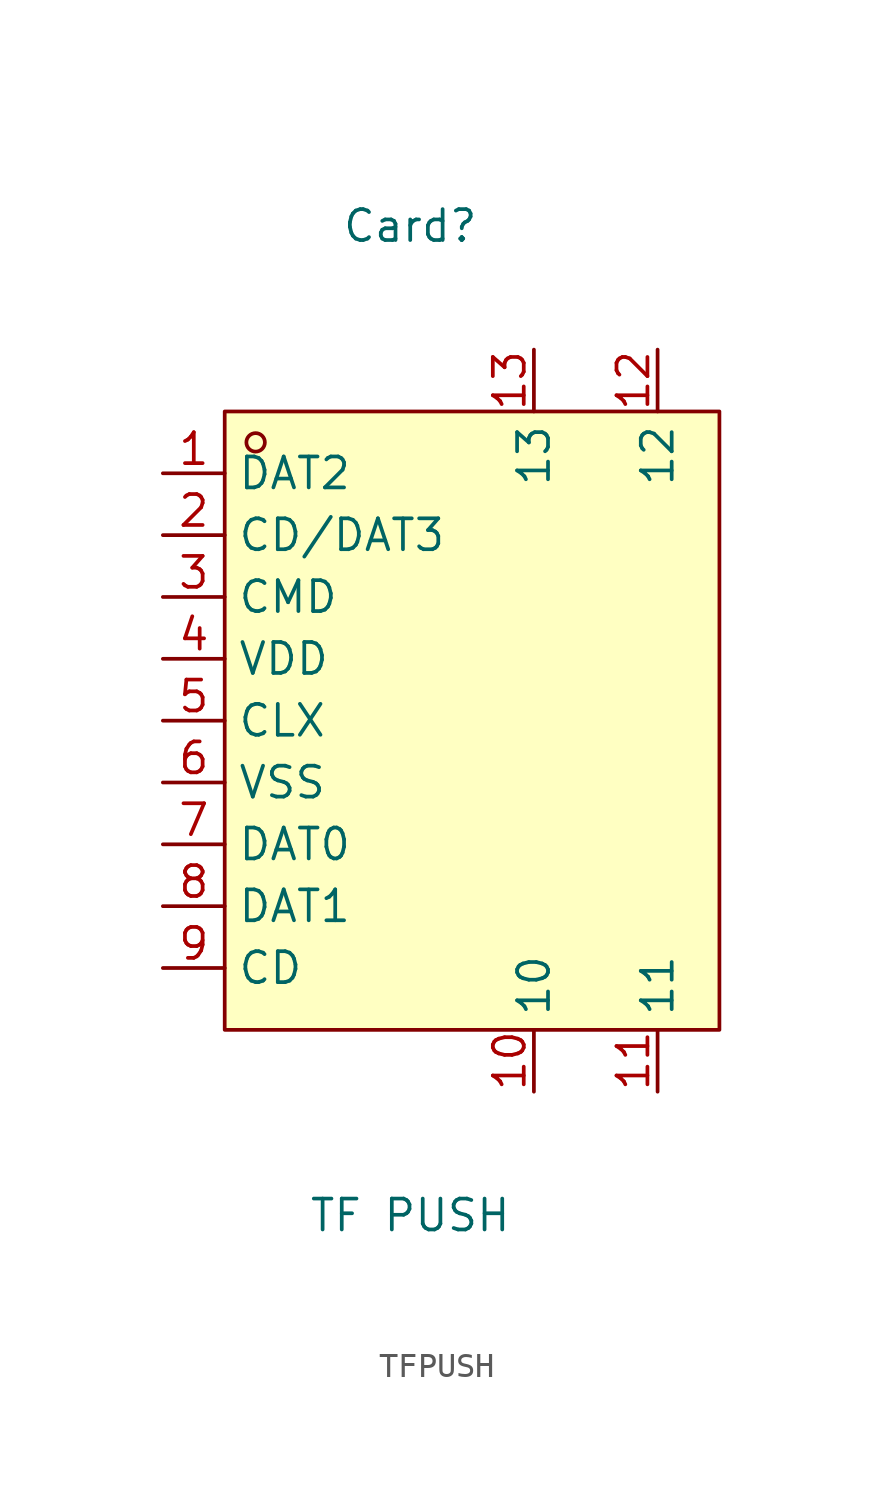
<source format=kicad_sym>
(kicad_symbol_lib
  (version 20211014)
  (generator https://github.com/uPesy/easyeda2kicad.py)
  (symbol "TFPUSH"
    (property "Reference" "Card"
      (at 0 20.32 0)
      (effects (font (size 1.27 1.27))))
    (property "Value" "TF PUSH"
      (at 0 -20.32 0)
      (effects (font (size 1.27 1.27))))
    (symbol "TFPUSH_0_1"
      (rectangle (start -7.62 12.70) (end 12.70 -12.70) (stroke (width 0) (type default) (color 0 0 0 0)) (fill (type background)))
      (circle (center -6.35 11.43) (radius 0.38) (stroke (width 0) (type default) (color 0 0 0 0)) (fill (type none)))
      (pin unspecified line (at -10.16 10.16 0) (length 2.54) (name "DAT2" (effects (font (size 1.27 1.27)))) (number "1" (effects (font (size 1.27 1.27)))))
      (pin unspecified line (at -10.16 7.62 0) (length 2.54) (name "CD/DAT3" (effects (font (size 1.27 1.27)))) (number "2" (effects (font (size 1.27 1.27)))))
      (pin unspecified line (at -10.16 5.08 0) (length 2.54) (name "CMD" (effects (font (size 1.27 1.27)))) (number "3" (effects (font (size 1.27 1.27)))))
      (pin unspecified line (at -10.16 2.54 0) (length 2.54) (name "VDD" (effects (font (size 1.27 1.27)))) (number "4" (effects (font (size 1.27 1.27)))))
      (pin unspecified line (at -10.16 -0.00 0) (length 2.54) (name "CLX" (effects (font (size 1.27 1.27)))) (number "5" (effects (font (size 1.27 1.27)))))
      (pin unspecified line (at -10.16 -2.54 0) (length 2.54) (name "VSS" (effects (font (size 1.27 1.27)))) (number "6" (effects (font (size 1.27 1.27)))))
      (pin unspecified line (at -10.16 -5.08 0) (length 2.54) (name "DAT0" (effects (font (size 1.27 1.27)))) (number "7" (effects (font (size 1.27 1.27)))))
      (pin unspecified line (at -10.16 -7.62 0) (length 2.54) (name "DAT1" (effects (font (size 1.27 1.27)))) (number "8" (effects (font (size 1.27 1.27)))))
      (pin unspecified line (at -10.16 -10.16 0) (length 2.54) (name "CD" (effects (font (size 1.27 1.27)))) (number "9" (effects (font (size 1.27 1.27)))))
      (pin unspecified line (at 5.08 -15.24 90) (length 2.54) (name "10" (effects (font (size 1.27 1.27)))) (number "10" (effects (font (size 1.27 1.27)))))
      (pin unspecified line (at 10.16 -15.24 90) (length 2.54) (name "11" (effects (font (size 1.27 1.27)))) (number "11" (effects (font (size 1.27 1.27)))))
      (pin unspecified line (at 10.16 15.24 270) (length 2.54) (name "12" (effects (font (size 1.27 1.27)))) (number "12" (effects (font (size 1.27 1.27)))))
      (pin unspecified line (at 5.08 15.24 270) (length 2.54) (name "13" (effects (font (size 1.27 1.27)))) (number "13" (effects (font (size 1.27 1.27))))))))
</source>
